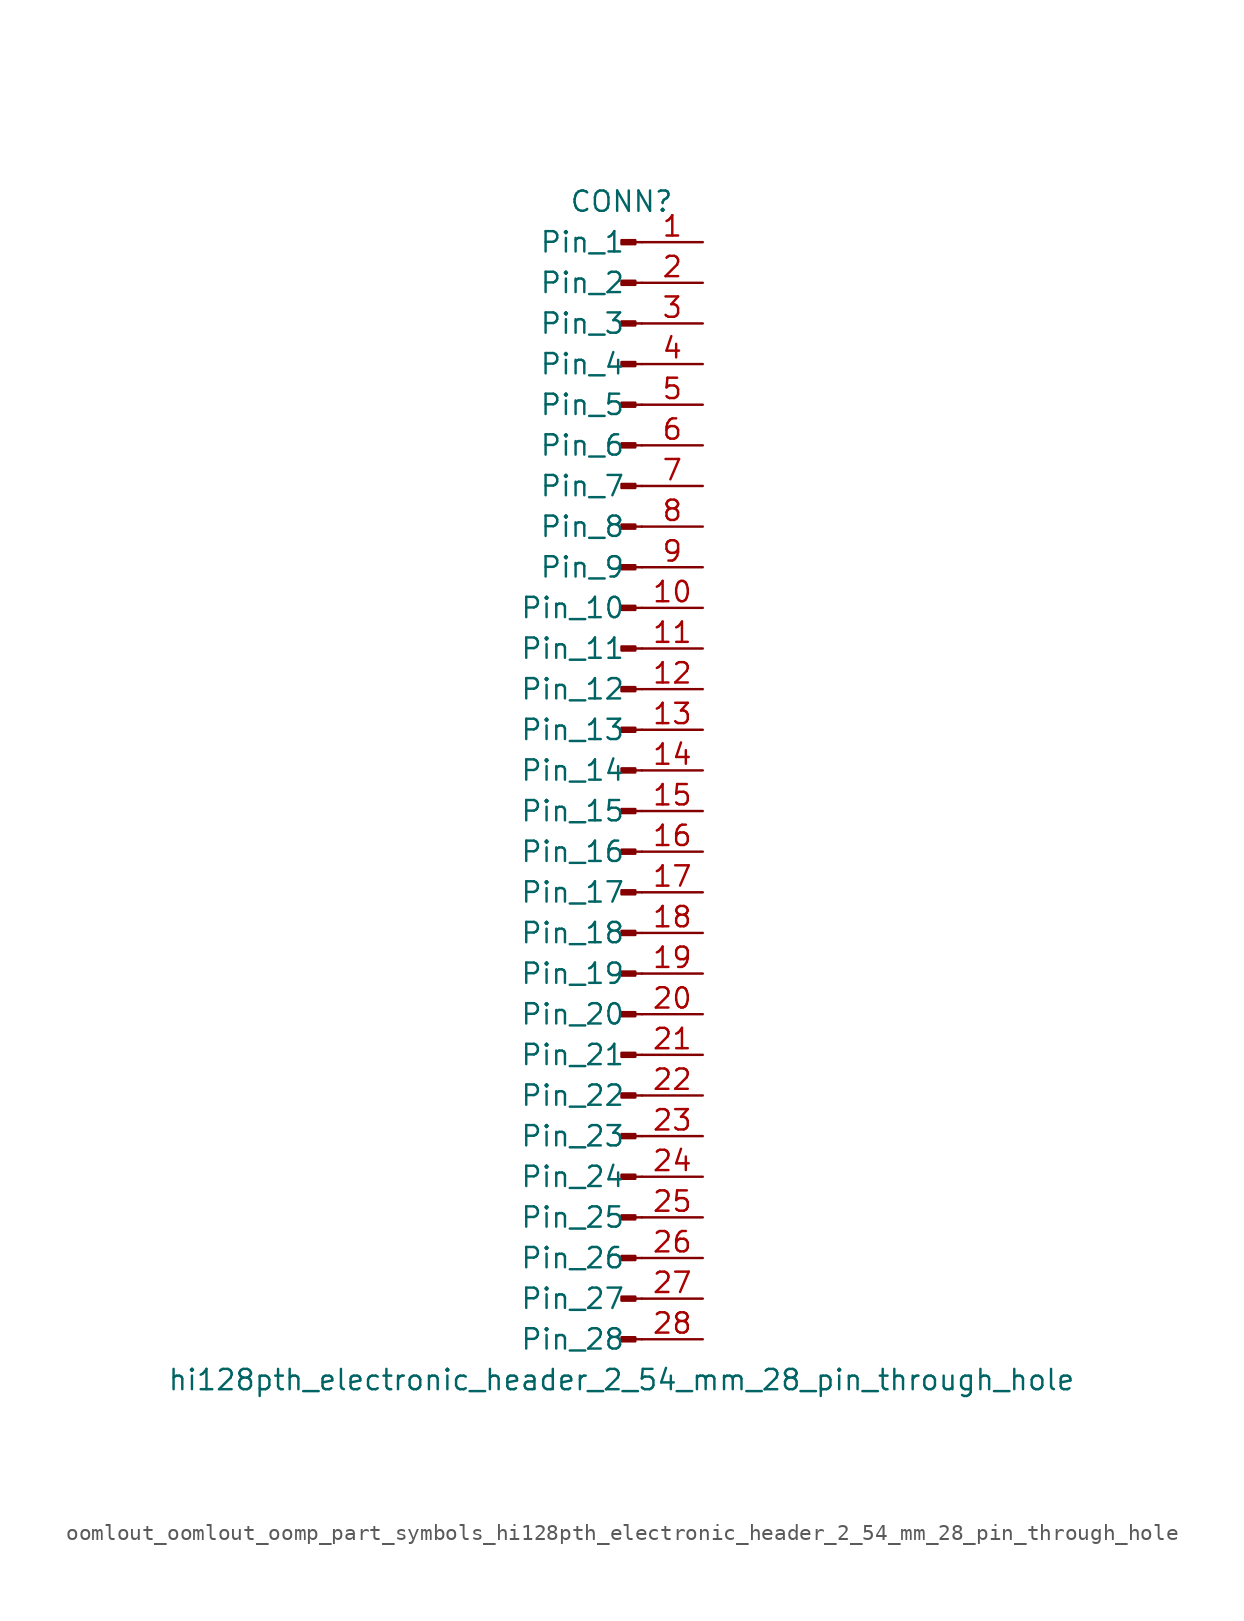
<source format=kicad_sym>
(kicad_symbol_lib
  (version 20220914)
  (generator kicad_symbol_editor)
  (symbol "oomlout_oomlout_oomp_part_symbols_hi128pth_electronic_header_2_54_mm_28_pin_through_hole"
    (pin_names
      (offset 1.016))
    (property "Reference" "CONN"
      (at 0 35.56 0)
      (effects (font (size 1.27 1.27))))
    (property "Value" "hi128pth_electronic_header_2_54_mm_28_pin_through_hole"
      (at 0 -38.1 0)
      (effects (font (size 1.27 1.27))))
    (property "ki_locked" ""
      (at 0 0 0)
      (effects (font (size 1.27 1.27))))
    (symbol "oomlout_oomlout_oomp_part_symbols_hi128pth_electronic_header_2_54_mm_28_pin_through_hole_1_1"
      (polyline (pts (xy 1.27 -35.56) (xy 0.864 -35.56)) (stroke (width 0.152) (type default)) (fill (type none)))
      (polyline (pts (xy 1.27 -33.02) (xy 0.864 -33.02)) (stroke (width 0.152) (type default)) (fill (type none)))
      (polyline (pts (xy 1.27 -30.48) (xy 0.864 -30.48)) (stroke (width 0.152) (type default)) (fill (type none)))
      (polyline (pts (xy 1.27 -27.94) (xy 0.864 -27.94)) (stroke (width 0.152) (type default)) (fill (type none)))
      (polyline (pts (xy 1.27 -25.4) (xy 0.864 -25.4)) (stroke (width 0.152) (type default)) (fill (type none)))
      (polyline (pts (xy 1.27 -22.86) (xy 0.864 -22.86)) (stroke (width 0.152) (type default)) (fill (type none)))
      (polyline (pts (xy 1.27 -20.32) (xy 0.864 -20.32)) (stroke (width 0.152) (type default)) (fill (type none)))
      (polyline (pts (xy 1.27 -17.78) (xy 0.864 -17.78)) (stroke (width 0.152) (type default)) (fill (type none)))
      (polyline (pts (xy 1.27 -15.24) (xy 0.864 -15.24)) (stroke (width 0.152) (type default)) (fill (type none)))
      (polyline (pts (xy 1.27 -12.7) (xy 0.864 -12.7)) (stroke (width 0.152) (type default)) (fill (type none)))
      (polyline (pts (xy 1.27 -10.16) (xy 0.864 -10.16)) (stroke (width 0.152) (type default)) (fill (type none)))
      (polyline (pts (xy 1.27 -7.62) (xy 0.864 -7.62)) (stroke (width 0.152) (type default)) (fill (type none)))
      (polyline (pts (xy 1.27 -5.08) (xy 0.864 -5.08)) (stroke (width 0.152) (type default)) (fill (type none)))
      (polyline (pts (xy 1.27 -2.54) (xy 0.864 -2.54)) (stroke (width 0.152) (type default)) (fill (type none)))
      (polyline (pts (xy 1.27 0) (xy 0.864 0)) (stroke (width 0.152) (type default)) (fill (type none)))
      (polyline (pts (xy 1.27 2.54) (xy 0.864 2.54)) (stroke (width 0.152) (type default)) (fill (type none)))
      (polyline (pts (xy 1.27 5.08) (xy 0.864 5.08)) (stroke (width 0.152) (type default)) (fill (type none)))
      (polyline (pts (xy 1.27 7.62) (xy 0.864 7.62)) (stroke (width 0.152) (type default)) (fill (type none)))
      (polyline (pts (xy 1.27 10.16) (xy 0.864 10.16)) (stroke (width 0.152) (type default)) (fill (type none)))
      (polyline (pts (xy 1.27 12.7) (xy 0.864 12.7)) (stroke (width 0.152) (type default)) (fill (type none)))
      (polyline (pts (xy 1.27 15.24) (xy 0.864 15.24)) (stroke (width 0.152) (type default)) (fill (type none)))
      (polyline (pts (xy 1.27 17.78) (xy 0.864 17.78)) (stroke (width 0.152) (type default)) (fill (type none)))
      (polyline (pts (xy 1.27 20.32) (xy 0.864 20.32)) (stroke (width 0.152) (type default)) (fill (type none)))
      (polyline (pts (xy 1.27 22.86) (xy 0.864 22.86)) (stroke (width 0.152) (type default)) (fill (type none)))
      (polyline (pts (xy 1.27 25.4) (xy 0.864 25.4)) (stroke (width 0.152) (type default)) (fill (type none)))
      (polyline (pts (xy 1.27 27.94) (xy 0.864 27.94)) (stroke (width 0.152) (type default)) (fill (type none)))
      (polyline (pts (xy 1.27 30.48) (xy 0.864 30.48)) (stroke (width 0.152) (type default)) (fill (type none)))
      (polyline (pts (xy 1.27 33.02) (xy 0.864 33.02)) (stroke (width 0.152) (type default)) (fill (type none)))
      (rectangle (start 0.864 -35.433) (end 0 -35.687) (stroke (width 0.152) (type default)) (fill (type outline)))
      (rectangle (start 0.864 -32.893) (end 0 -33.147) (stroke (width 0.152) (type default)) (fill (type outline)))
      (rectangle (start 0.864 -30.353) (end 0 -30.607) (stroke (width 0.152) (type default)) (fill (type outline)))
      (rectangle (start 0.864 -27.813) (end 0 -28.067) (stroke (width 0.152) (type default)) (fill (type outline)))
      (rectangle (start 0.864 -25.273) (end 0 -25.527) (stroke (width 0.152) (type default)) (fill (type outline)))
      (rectangle (start 0.864 -22.733) (end 0 -22.987) (stroke (width 0.152) (type default)) (fill (type outline)))
      (rectangle (start 0.864 -20.193) (end 0 -20.447) (stroke (width 0.152) (type default)) (fill (type outline)))
      (rectangle (start 0.864 -17.653) (end 0 -17.907) (stroke (width 0.152) (type default)) (fill (type outline)))
      (rectangle (start 0.864 -15.113) (end 0 -15.367) (stroke (width 0.152) (type default)) (fill (type outline)))
      (rectangle (start 0.864 -12.573) (end 0 -12.827) (stroke (width 0.152) (type default)) (fill (type outline)))
      (rectangle (start 0.864 -10.033) (end 0 -10.287) (stroke (width 0.152) (type default)) (fill (type outline)))
      (rectangle (start 0.864 -7.493) (end 0 -7.747) (stroke (width 0.152) (type default)) (fill (type outline)))
      (rectangle (start 0.864 -4.953) (end 0 -5.207) (stroke (width 0.152) (type default)) (fill (type outline)))
      (rectangle (start 0.864 -2.413) (end 0 -2.667) (stroke (width 0.152) (type default)) (fill (type outline)))
      (rectangle (start 0.864 0.127) (end 0 -0.127) (stroke (width 0.152) (type default)) (fill (type outline)))
      (rectangle (start 0.864 2.667) (end 0 2.413) (stroke (width 0.152) (type default)) (fill (type outline)))
      (rectangle (start 0.864 5.207) (end 0 4.953) (stroke (width 0.152) (type default)) (fill (type outline)))
      (rectangle (start 0.864 7.747) (end 0 7.493) (stroke (width 0.152) (type default)) (fill (type outline)))
      (rectangle (start 0.864 10.287) (end 0 10.033) (stroke (width 0.152) (type default)) (fill (type outline)))
      (rectangle (start 0.864 12.827) (end 0 12.573) (stroke (width 0.152) (type default)) (fill (type outline)))
      (rectangle (start 0.864 15.367) (end 0 15.113) (stroke (width 0.152) (type default)) (fill (type outline)))
      (rectangle (start 0.864 17.907) (end 0 17.653) (stroke (width 0.152) (type default)) (fill (type outline)))
      (rectangle (start 0.864 20.447) (end 0 20.193) (stroke (width 0.152) (type default)) (fill (type outline)))
      (rectangle (start 0.864 22.987) (end 0 22.733) (stroke (width 0.152) (type default)) (fill (type outline)))
      (rectangle (start 0.864 25.527) (end 0 25.273) (stroke (width 0.152) (type default)) (fill (type outline)))
      (rectangle (start 0.864 28.067) (end 0 27.813) (stroke (width 0.152) (type default)) (fill (type outline)))
      (rectangle (start 0.864 30.607) (end 0 30.353) (stroke (width 0.152) (type default)) (fill (type outline)))
      (rectangle (start 0.864 33.147) (end 0 32.893) (stroke (width 0.152) (type default)) (fill (type outline)))
      (pin passive line (at 5.08 33.02 180) (length 3.81) (name "Pin_1" (effects (font (size 1.27 1.27)))) (number "1" (effects (font (size 1.27 1.27)))))
      (pin passive line (at 5.08 10.16 180) (length 3.81) (name "Pin_10" (effects (font (size 1.27 1.27)))) (number "10" (effects (font (size 1.27 1.27)))))
      (pin passive line (at 5.08 7.62 180) (length 3.81) (name "Pin_11" (effects (font (size 1.27 1.27)))) (number "11" (effects (font (size 1.27 1.27)))))
      (pin passive line (at 5.08 5.08 180) (length 3.81) (name "Pin_12" (effects (font (size 1.27 1.27)))) (number "12" (effects (font (size 1.27 1.27)))))
      (pin passive line (at 5.08 2.54 180) (length 3.81) (name "Pin_13" (effects (font (size 1.27 1.27)))) (number "13" (effects (font (size 1.27 1.27)))))
      (pin passive line (at 5.08 0 180) (length 3.81) (name "Pin_14" (effects (font (size 1.27 1.27)))) (number "14" (effects (font (size 1.27 1.27)))))
      (pin passive line (at 5.08 -2.54 180) (length 3.81) (name "Pin_15" (effects (font (size 1.27 1.27)))) (number "15" (effects (font (size 1.27 1.27)))))
      (pin passive line (at 5.08 -5.08 180) (length 3.81) (name "Pin_16" (effects (font (size 1.27 1.27)))) (number "16" (effects (font (size 1.27 1.27)))))
      (pin passive line (at 5.08 -7.62 180) (length 3.81) (name "Pin_17" (effects (font (size 1.27 1.27)))) (number "17" (effects (font (size 1.27 1.27)))))
      (pin passive line (at 5.08 -10.16 180) (length 3.81) (name "Pin_18" (effects (font (size 1.27 1.27)))) (number "18" (effects (font (size 1.27 1.27)))))
      (pin passive line (at 5.08 -12.7 180) (length 3.81) (name "Pin_19" (effects (font (size 1.27 1.27)))) (number "19" (effects (font (size 1.27 1.27)))))
      (pin passive line (at 5.08 30.48 180) (length 3.81) (name "Pin_2" (effects (font (size 1.27 1.27)))) (number "2" (effects (font (size 1.27 1.27)))))
      (pin passive line (at 5.08 -15.24 180) (length 3.81) (name "Pin_20" (effects (font (size 1.27 1.27)))) (number "20" (effects (font (size 1.27 1.27)))))
      (pin passive line (at 5.08 -17.78 180) (length 3.81) (name "Pin_21" (effects (font (size 1.27 1.27)))) (number "21" (effects (font (size 1.27 1.27)))))
      (pin passive line (at 5.08 -20.32 180) (length 3.81) (name "Pin_22" (effects (font (size 1.27 1.27)))) (number "22" (effects (font (size 1.27 1.27)))))
      (pin passive line (at 5.08 -22.86 180) (length 3.81) (name "Pin_23" (effects (font (size 1.27 1.27)))) (number "23" (effects (font (size 1.27 1.27)))))
      (pin passive line (at 5.08 -25.4 180) (length 3.81) (name "Pin_24" (effects (font (size 1.27 1.27)))) (number "24" (effects (font (size 1.27 1.27)))))
      (pin passive line (at 5.08 -27.94 180) (length 3.81) (name "Pin_25" (effects (font (size 1.27 1.27)))) (number "25" (effects (font (size 1.27 1.27)))))
      (pin passive line (at 5.08 -30.48 180) (length 3.81) (name "Pin_26" (effects (font (size 1.27 1.27)))) (number "26" (effects (font (size 1.27 1.27)))))
      (pin passive line (at 5.08 -33.02 180) (length 3.81) (name "Pin_27" (effects (font (size 1.27 1.27)))) (number "27" (effects (font (size 1.27 1.27)))))
      (pin passive line (at 5.08 -35.56 180) (length 3.81) (name "Pin_28" (effects (font (size 1.27 1.27)))) (number "28" (effects (font (size 1.27 1.27)))))
      (pin passive line (at 5.08 27.94 180) (length 3.81) (name "Pin_3" (effects (font (size 1.27 1.27)))) (number "3" (effects (font (size 1.27 1.27)))))
      (pin passive line (at 5.08 25.4 180) (length 3.81) (name "Pin_4" (effects (font (size 1.27 1.27)))) (number "4" (effects (font (size 1.27 1.27)))))
      (pin passive line (at 5.08 22.86 180) (length 3.81) (name "Pin_5" (effects (font (size 1.27 1.27)))) (number "5" (effects (font (size 1.27 1.27)))))
      (pin passive line (at 5.08 20.32 180) (length 3.81) (name "Pin_6" (effects (font (size 1.27 1.27)))) (number "6" (effects (font (size 1.27 1.27)))))
      (pin passive line (at 5.08 17.78 180) (length 3.81) (name "Pin_7" (effects (font (size 1.27 1.27)))) (number "7" (effects (font (size 1.27 1.27)))))
      (pin passive line (at 5.08 15.24 180) (length 3.81) (name "Pin_8" (effects (font (size 1.27 1.27)))) (number "8" (effects (font (size 1.27 1.27)))))
      (pin passive line (at 5.08 12.7 180) (length 3.81) (name "Pin_9" (effects (font (size 1.27 1.27)))) (number "9" (effects (font (size 1.27 1.27))))))))
</source>
